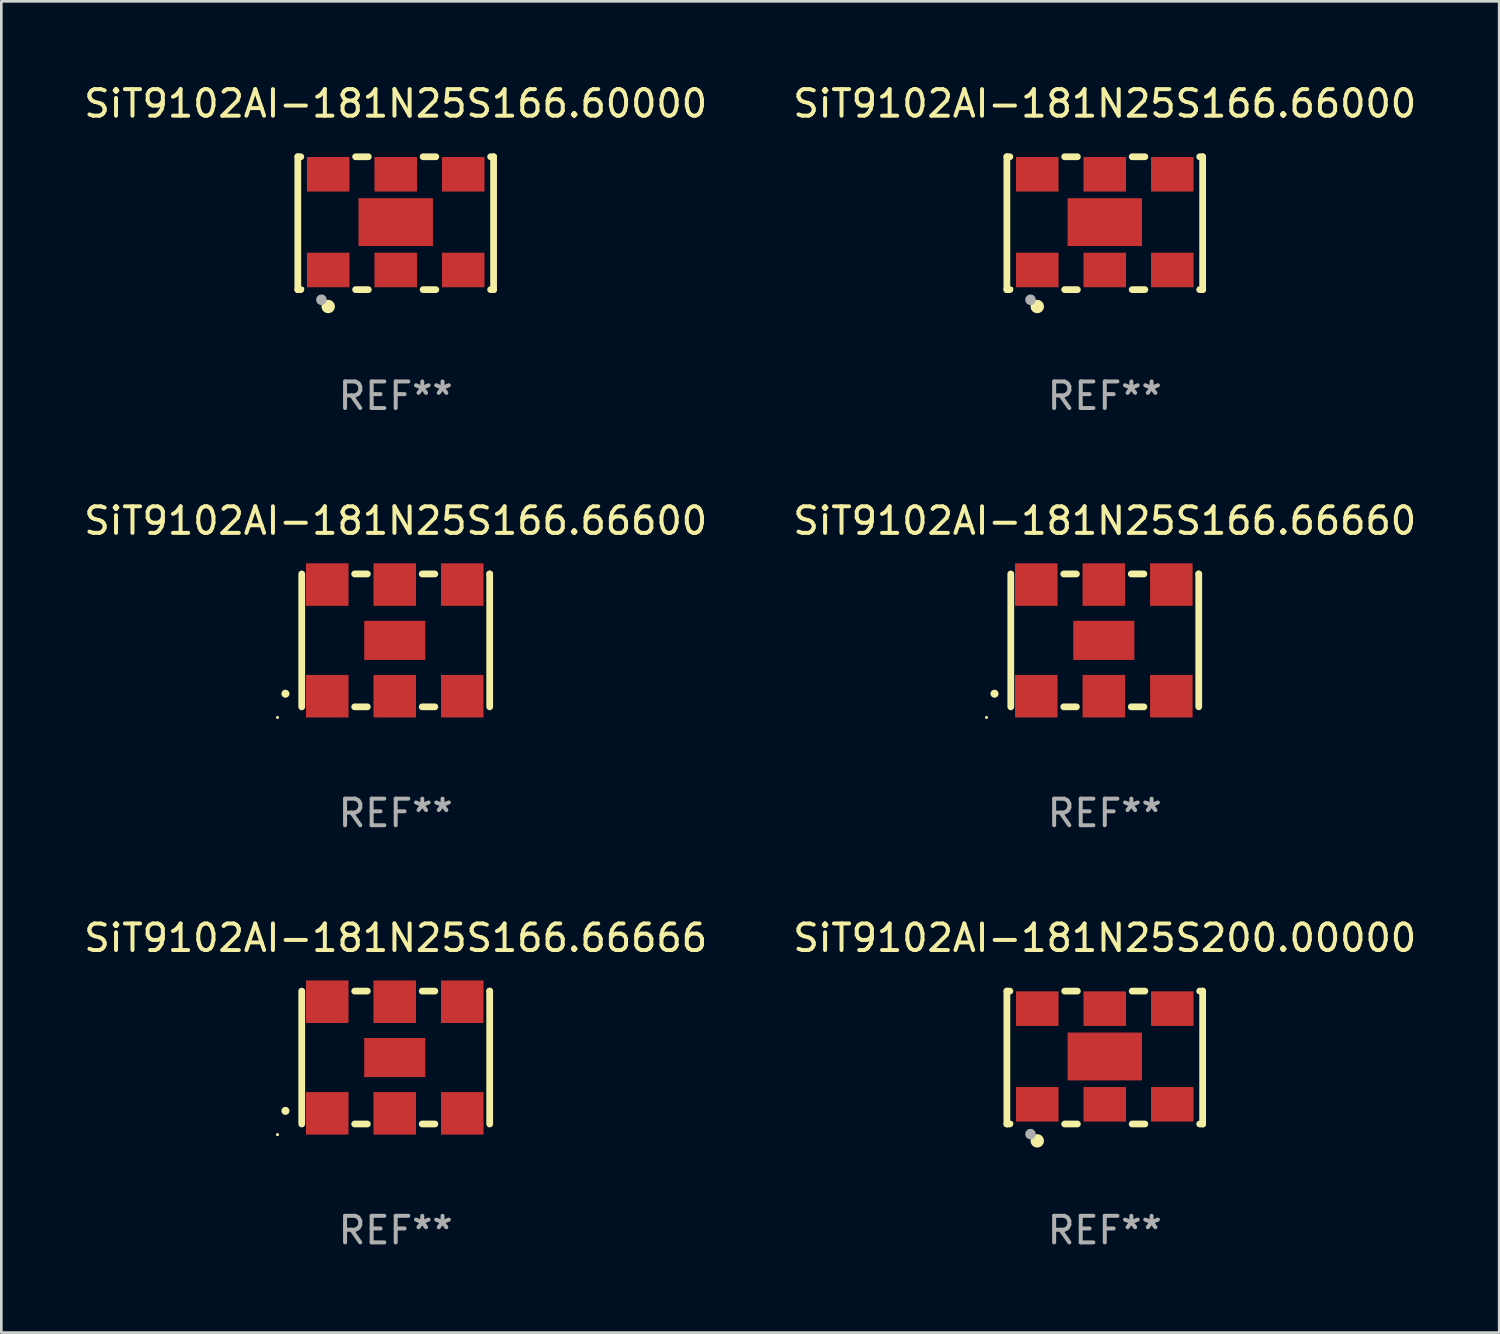
<source format=kicad_pcb>
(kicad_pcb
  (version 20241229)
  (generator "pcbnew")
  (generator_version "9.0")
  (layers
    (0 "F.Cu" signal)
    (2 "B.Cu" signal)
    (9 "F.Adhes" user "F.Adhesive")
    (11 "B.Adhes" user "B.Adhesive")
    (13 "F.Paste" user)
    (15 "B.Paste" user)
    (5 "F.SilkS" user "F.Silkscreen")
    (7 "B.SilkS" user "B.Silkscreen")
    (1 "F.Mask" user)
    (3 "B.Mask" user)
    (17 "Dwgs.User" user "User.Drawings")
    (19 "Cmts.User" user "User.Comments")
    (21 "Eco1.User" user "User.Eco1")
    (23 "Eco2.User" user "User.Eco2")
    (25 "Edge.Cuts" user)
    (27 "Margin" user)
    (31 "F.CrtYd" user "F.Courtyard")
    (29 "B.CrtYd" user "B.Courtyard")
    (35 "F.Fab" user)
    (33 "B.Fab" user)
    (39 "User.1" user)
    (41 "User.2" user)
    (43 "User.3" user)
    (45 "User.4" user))
  (footprint "SiT9102AI-181N25S200.00000"
    (layer "F.Cu")
    (at 38.518 36.741)
    (property "Reference" "SiT9102AI-181N25S200.00000" (at 0 -4.5 0) (layer "F.SilkS") (effects (font (size 1 1) (thickness 0.15))))
    (attr through_hole)
    (fp_line (start -3.683 -2.5) (end -3.571 -2.5) (stroke (width 0.254) (type solid)) (layer "F.SilkS"))
    (fp_line (start -3.683 2.5) (end -3.683 -2.5) (stroke (width 0.254) (type solid)) (layer "F.SilkS"))
    (fp_line (start -3.683 2.5) (end -3.571 2.5) (stroke (width 0.254) (type solid)) (layer "F.SilkS"))
    (fp_line (start -1.509 -2.5) (end -1.031 -2.5) (stroke (width 0.254) (type solid)) (layer "F.SilkS"))
    (fp_line (start -1.509 2.5) (end -1.031 2.5) (stroke (width 0.254) (type solid)) (layer "F.SilkS"))
    (fp_line (start 1.031 -2.5) (end 1.509 -2.5) (stroke (width 0.254) (type solid)) (layer "F.SilkS"))
    (fp_line (start 1.031 2.5) (end 1.509 2.5) (stroke (width 0.254) (type solid)) (layer "F.SilkS"))
    (fp_line (start 3.571 -2.5) (end 3.683 -2.5) (stroke (width 0.254) (type solid)) (layer "F.SilkS"))
    (fp_line (start 3.571 2.5) (end 3.683 2.5) (stroke (width 0.254) (type solid)) (layer "F.SilkS"))
    (fp_line (start 3.683 2.5) (end 3.683 -2.5) (stroke (width 0.254) (type solid)) (layer "F.SilkS"))
    (fp_circle (center -3.5 2.46) (end -3.47 2.46) (stroke (width 0.06) (type solid)) (fill no) (layer "F.SilkS"))
    (fp_circle (center -2.54 3.135) (end -2.413 3.135) (stroke (width 0.254) (type solid)) (fill no) (layer "F.SilkS"))
    (fp_circle (center -2.794 2.881) (end -2.694 2.881) (stroke (width 0.2) (type solid)) (fill no) (layer "F.Fab"))
    (fp_text user "REF**" (at 0 6.5 0) (layer "F.Fab") (effects (font (size 1 1) (thickness 0.15))))
    (pad "1" smd rect (at -2.54 1.76) (size 1.6 1.3) (layers "F.Cu" "F.Mask" "F.Paste"))
    (pad "2" smd rect (at 0 1.76) (size 1.6 1.3) (layers "F.Cu" "F.Mask" "F.Paste"))
    (pad "3" smd rect (at 2.54 1.76) (size 1.6 1.3) (layers "F.Cu" "F.Mask" "F.Paste"))
    (pad "4" smd rect (at 2.54 -1.84) (size 1.6 1.3) (layers "F.Cu" "F.Mask" "F.Paste"))
    (pad "5" smd rect (at 0 -1.84) (size 1.6 1.3) (layers "F.Cu" "F.Mask" "F.Paste"))
    (pad "6" smd rect (at -2.54 -1.84) (size 1.6 1.3) (layers "F.Cu" "F.Mask" "F.Paste"))
    (pad "7" smd rect (at 0 -0.04) (size 2.8 1.8) (layers "F.Cu" "F.Mask" "F.Paste")))
  (footprint "SiT9102AI-181N25S166.60000"
    (layer "F.Cu")
    (at 11.839 5.348)
    (property "Reference" "SiT9102AI-181N25S166.60000" (at 0 -4.5 0) (layer "F.SilkS") (effects (font (size 1 1) (thickness 0.15))))
    (attr through_hole)
    (fp_line (start -3.683 -2.5) (end -3.571 -2.5) (stroke (width 0.254) (type solid)) (layer "F.SilkS"))
    (fp_line (start -3.683 2.5) (end -3.683 -2.5) (stroke (width 0.254) (type solid)) (layer "F.SilkS"))
    (fp_line (start -3.683 2.5) (end -3.571 2.5) (stroke (width 0.254) (type solid)) (layer "F.SilkS"))
    (fp_line (start -1.509 -2.5) (end -1.031 -2.5) (stroke (width 0.254) (type solid)) (layer "F.SilkS"))
    (fp_line (start -1.509 2.5) (end -1.031 2.5) (stroke (width 0.254) (type solid)) (layer "F.SilkS"))
    (fp_line (start 1.031 -2.5) (end 1.509 -2.5) (stroke (width 0.254) (type solid)) (layer "F.SilkS"))
    (fp_line (start 1.031 2.5) (end 1.509 2.5) (stroke (width 0.254) (type solid)) (layer "F.SilkS"))
    (fp_line (start 3.571 -2.5) (end 3.683 -2.5) (stroke (width 0.254) (type solid)) (layer "F.SilkS"))
    (fp_line (start 3.571 2.5) (end 3.683 2.5) (stroke (width 0.254) (type solid)) (layer "F.SilkS"))
    (fp_line (start 3.683 2.5) (end 3.683 -2.5) (stroke (width 0.254) (type solid)) (layer "F.SilkS"))
    (fp_circle (center -3.5 2.46) (end -3.47 2.46) (stroke (width 0.06) (type solid)) (fill no) (layer "F.SilkS"))
    (fp_circle (center -2.54 3.135) (end -2.413 3.135) (stroke (width 0.254) (type solid)) (fill no) (layer "F.SilkS"))
    (fp_circle (center -2.794 2.881) (end -2.694 2.881) (stroke (width 0.2) (type solid)) (fill no) (layer "F.Fab"))
    (fp_text user "REF**" (at 0 6.5 0) (layer "F.Fab") (effects (font (size 1 1) (thickness 0.15))))
    (pad "1" smd rect (at -2.54 1.76) (size 1.6 1.3) (layers "F.Cu" "F.Mask" "F.Paste"))
    (pad "2" smd rect (at 0 1.76) (size 1.6 1.3) (layers "F.Cu" "F.Mask" "F.Paste"))
    (pad "3" smd rect (at 2.54 1.76) (size 1.6 1.3) (layers "F.Cu" "F.Mask" "F.Paste"))
    (pad "4" smd rect (at 2.54 -1.84) (size 1.6 1.3) (layers "F.Cu" "F.Mask" "F.Paste"))
    (pad "5" smd rect (at 0 -1.84) (size 1.6 1.3) (layers "F.Cu" "F.Mask" "F.Paste"))
    (pad "6" smd rect (at -2.54 -1.84) (size 1.6 1.3) (layers "F.Cu" "F.Mask" "F.Paste"))
    (pad "7" smd rect (at 0 -0.04) (size 2.8 1.8) (layers "F.Cu" "F.Mask" "F.Paste")))
  (footprint "SiT9102AI-181N25S166.66660"
    (layer "F.Cu")
    (at 38.518 21.045)
    (property "Reference" "SiT9102AI-181N25S166.66660" (at 0 -4.5 0) (layer "F.SilkS") (effects (font (size 1 1) (thickness 0.15))))
    (attr through_hole)
    (fp_line (start -3.536 -2.5) (end -3.536 2.5) (stroke (width 0.254) (type solid)) (layer "F.SilkS"))
    (fp_line (start -1.544 2.5) (end -1.067 2.5) (stroke (width 0.254) (type solid)) (layer "F.SilkS"))
    (fp_line (start -1.067 -2.5) (end -1.544 -2.5) (stroke (width 0.254) (type solid)) (layer "F.SilkS"))
    (fp_line (start 0.996 2.5) (end 1.473 2.5) (stroke (width 0.254) (type solid)) (layer "F.SilkS"))
    (fp_line (start 1.473 -2.5) (end 0.996 -2.5) (stroke (width 0.254) (type solid)) (layer "F.SilkS"))
    (fp_line (start 3.536 -2.5) (end 3.536 -2.5) (stroke (width 0.254) (type solid)) (layer "F.SilkS"))
    (fp_line (start 3.536 2.5) (end 3.536 -2.5) (stroke (width 0.254) (type solid)) (layer "F.SilkS"))
    (fp_arc (start -4.150432 2.006604) (mid -4.149162 2.006599) (end -4.147892 2.006604) (stroke (width 0.3) (type solid)) (layer "F.SilkS"))
    (fp_circle (center -4.449 2.9) (end -4.419 2.9) (stroke (width 0.06) (type solid)) (fill no) (layer "F.SilkS"))
    (fp_text user "REF**" (at 0 6.5 0) (layer "F.Fab") (effects (font (size 1 1) (thickness 0.15))))
    (pad "1" smd rect (at -2.576 2.1) (size 1.6 1.6) (layers "F.Cu" "F.Mask" "F.Paste"))
    (pad "2" smd rect (at -0.036 2.1) (size 1.6 1.6) (layers "F.Cu" "F.Mask" "F.Paste"))
    (pad "3" smd rect (at 2.504 2.1) (size 1.6 1.6) (layers "F.Cu" "F.Mask" "F.Paste"))
    (pad "4" smd rect (at 2.504 -2.1) (size 1.6 1.6) (layers "F.Cu" "F.Mask" "F.Paste"))
    (pad "5" smd rect (at -0.036 -2.1) (size 1.6 1.6) (layers "F.Cu" "F.Mask" "F.Paste"))
    (pad "6" smd rect (at -2.576 -2.1) (size 1.6 1.6) (layers "F.Cu" "F.Mask" "F.Paste"))
    (pad "7" smd rect (at -0.036 0) (size 2.3 1.47) (layers "F.Cu" "F.Mask" "F.Paste")))
  (footprint "SiT9102AI-181N25S166.66000"
    (layer "F.Cu")
    (at 38.518 5.348)
    (property "Reference" "SiT9102AI-181N25S166.66000" (at 0 -4.5 0) (layer "F.SilkS") (effects (font (size 1 1) (thickness 0.15))))
    (attr through_hole)
    (fp_line (start -3.683 -2.5) (end -3.571 -2.5) (stroke (width 0.254) (type solid)) (layer "F.SilkS"))
    (fp_line (start -3.683 2.5) (end -3.683 -2.5) (stroke (width 0.254) (type solid)) (layer "F.SilkS"))
    (fp_line (start -3.683 2.5) (end -3.571 2.5) (stroke (width 0.254) (type solid)) (layer "F.SilkS"))
    (fp_line (start -1.509 -2.5) (end -1.031 -2.5) (stroke (width 0.254) (type solid)) (layer "F.SilkS"))
    (fp_line (start -1.509 2.5) (end -1.031 2.5) (stroke (width 0.254) (type solid)) (layer "F.SilkS"))
    (fp_line (start 1.031 -2.5) (end 1.509 -2.5) (stroke (width 0.254) (type solid)) (layer "F.SilkS"))
    (fp_line (start 1.031 2.5) (end 1.509 2.5) (stroke (width 0.254) (type solid)) (layer "F.SilkS"))
    (fp_line (start 3.571 -2.5) (end 3.683 -2.5) (stroke (width 0.254) (type solid)) (layer "F.SilkS"))
    (fp_line (start 3.571 2.5) (end 3.683 2.5) (stroke (width 0.254) (type solid)) (layer "F.SilkS"))
    (fp_line (start 3.683 2.5) (end 3.683 -2.5) (stroke (width 0.254) (type solid)) (layer "F.SilkS"))
    (fp_circle (center -3.5 2.46) (end -3.47 2.46) (stroke (width 0.06) (type solid)) (fill no) (layer "F.SilkS"))
    (fp_circle (center -2.54 3.135) (end -2.413 3.135) (stroke (width 0.254) (type solid)) (fill no) (layer "F.SilkS"))
    (fp_circle (center -2.794 2.881) (end -2.694 2.881) (stroke (width 0.2) (type solid)) (fill no) (layer "F.Fab"))
    (fp_text user "REF**" (at 0 6.5 0) (layer "F.Fab") (effects (font (size 1 1) (thickness 0.15))))
    (pad "1" smd rect (at -2.54 1.76) (size 1.6 1.3) (layers "F.Cu" "F.Mask" "F.Paste"))
    (pad "2" smd rect (at 0 1.76) (size 1.6 1.3) (layers "F.Cu" "F.Mask" "F.Paste"))
    (pad "3" smd rect (at 2.54 1.76) (size 1.6 1.3) (layers "F.Cu" "F.Mask" "F.Paste"))
    (pad "4" smd rect (at 2.54 -1.84) (size 1.6 1.3) (layers "F.Cu" "F.Mask" "F.Paste"))
    (pad "5" smd rect (at 0 -1.84) (size 1.6 1.3) (layers "F.Cu" "F.Mask" "F.Paste"))
    (pad "6" smd rect (at -2.54 -1.84) (size 1.6 1.3) (layers "F.Cu" "F.Mask" "F.Paste"))
    (pad "7" smd rect (at 0 -0.04) (size 2.8 1.8) (layers "F.Cu" "F.Mask" "F.Paste")))
  (footprint "SiT9102AI-181N25S166.66666"
    (layer "F.Cu")
    (at 11.839 36.741)
    (property "Reference" "SiT9102AI-181N25S166.66666" (at 0 -4.5 0) (layer "F.SilkS") (effects (font (size 1 1) (thickness 0.15))))
    (attr through_hole)
    (fp_line (start -3.536 -2.5) (end -3.536 2.5) (stroke (width 0.254) (type solid)) (layer "F.SilkS"))
    (fp_line (start -1.544 2.5) (end -1.067 2.5) (stroke (width 0.254) (type solid)) (layer "F.SilkS"))
    (fp_line (start -1.067 -2.5) (end -1.544 -2.5) (stroke (width 0.254) (type solid)) (layer "F.SilkS"))
    (fp_line (start 0.996 2.5) (end 1.473 2.5) (stroke (width 0.254) (type solid)) (layer "F.SilkS"))
    (fp_line (start 1.473 -2.5) (end 0.996 -2.5) (stroke (width 0.254) (type solid)) (layer "F.SilkS"))
    (fp_line (start 3.536 -2.5) (end 3.536 -2.5) (stroke (width 0.254) (type solid)) (layer "F.SilkS"))
    (fp_line (start 3.536 2.5) (end 3.536 -2.5) (stroke (width 0.254) (type solid)) (layer "F.SilkS"))
    (fp_arc (start -4.150432 2.006604) (mid -4.149162 2.006599) (end -4.147892 2.006604) (stroke (width 0.3) (type solid)) (layer "F.SilkS"))
    (fp_circle (center -4.449 2.9) (end -4.419 2.9) (stroke (width 0.06) (type solid)) (fill no) (layer "F.SilkS"))
    (fp_text user "REF**" (at 0 6.5 0) (layer "F.Fab") (effects (font (size 1 1) (thickness 0.15))))
    (pad "1" smd rect (at -2.576 2.1) (size 1.6 1.6) (layers "F.Cu" "F.Mask" "F.Paste"))
    (pad "2" smd rect (at -0.036 2.1) (size 1.6 1.6) (layers "F.Cu" "F.Mask" "F.Paste"))
    (pad "3" smd rect (at 2.504 2.1) (size 1.6 1.6) (layers "F.Cu" "F.Mask" "F.Paste"))
    (pad "4" smd rect (at 2.504 -2.1) (size 1.6 1.6) (layers "F.Cu" "F.Mask" "F.Paste"))
    (pad "5" smd rect (at -0.036 -2.1) (size 1.6 1.6) (layers "F.Cu" "F.Mask" "F.Paste"))
    (pad "6" smd rect (at -2.576 -2.1) (size 1.6 1.6) (layers "F.Cu" "F.Mask" "F.Paste"))
    (pad "7" smd rect (at -0.036 0) (size 2.3 1.47) (layers "F.Cu" "F.Mask" "F.Paste")))
  (footprint "SiT9102AI-181N25S166.66600"
    (layer "F.Cu")
    (at 11.839 21.045)
    (property "Reference" "SiT9102AI-181N25S166.66600" (at 0 -4.5 0) (layer "F.SilkS") (effects (font (size 1 1) (thickness 0.15))))
    (attr through_hole)
    (fp_line (start -3.536 -2.5) (end -3.536 2.5) (stroke (width 0.254) (type solid)) (layer "F.SilkS"))
    (fp_line (start -1.544 2.5) (end -1.067 2.5) (stroke (width 0.254) (type solid)) (layer "F.SilkS"))
    (fp_line (start -1.067 -2.5) (end -1.544 -2.5) (stroke (width 0.254) (type solid)) (layer "F.SilkS"))
    (fp_line (start 0.996 2.5) (end 1.473 2.5) (stroke (width 0.254) (type solid)) (layer "F.SilkS"))
    (fp_line (start 1.473 -2.5) (end 0.996 -2.5) (stroke (width 0.254) (type solid)) (layer "F.SilkS"))
    (fp_line (start 3.536 -2.5) (end 3.536 -2.5) (stroke (width 0.254) (type solid)) (layer "F.SilkS"))
    (fp_line (start 3.536 2.5) (end 3.536 -2.5) (stroke (width 0.254) (type solid)) (layer "F.SilkS"))
    (fp_arc (start -4.150432 2.006604) (mid -4.149162 2.006599) (end -4.147892 2.006604) (stroke (width 0.3) (type solid)) (layer "F.SilkS"))
    (fp_circle (center -4.449 2.9) (end -4.419 2.9) (stroke (width 0.06) (type solid)) (fill no) (layer "F.SilkS"))
    (fp_text user "REF**" (at 0 6.5 0) (layer "F.Fab") (effects (font (size 1 1) (thickness 0.15))))
    (pad "1" smd rect (at -2.576 2.1) (size 1.6 1.6) (layers "F.Cu" "F.Mask" "F.Paste"))
    (pad "2" smd rect (at -0.036 2.1) (size 1.6 1.6) (layers "F.Cu" "F.Mask" "F.Paste"))
    (pad "3" smd rect (at 2.504 2.1) (size 1.6 1.6) (layers "F.Cu" "F.Mask" "F.Paste"))
    (pad "4" smd rect (at 2.504 -2.1) (size 1.6 1.6) (layers "F.Cu" "F.Mask" "F.Paste"))
    (pad "5" smd rect (at -0.036 -2.1) (size 1.6 1.6) (layers "F.Cu" "F.Mask" "F.Paste"))
    (pad "6" smd rect (at -2.576 -2.1) (size 1.6 1.6) (layers "F.Cu" "F.Mask" "F.Paste"))
    (pad "7" smd rect (at -0.036 0) (size 2.3 1.47) (layers "F.Cu" "F.Mask" "F.Paste")))
  (gr_rect
    (start -3 -3)
    (end 53.357 47.09)
    (stroke (width 0.1) (type default))
    (fill no)
    (layer "Edge.Cuts")))
</source>
